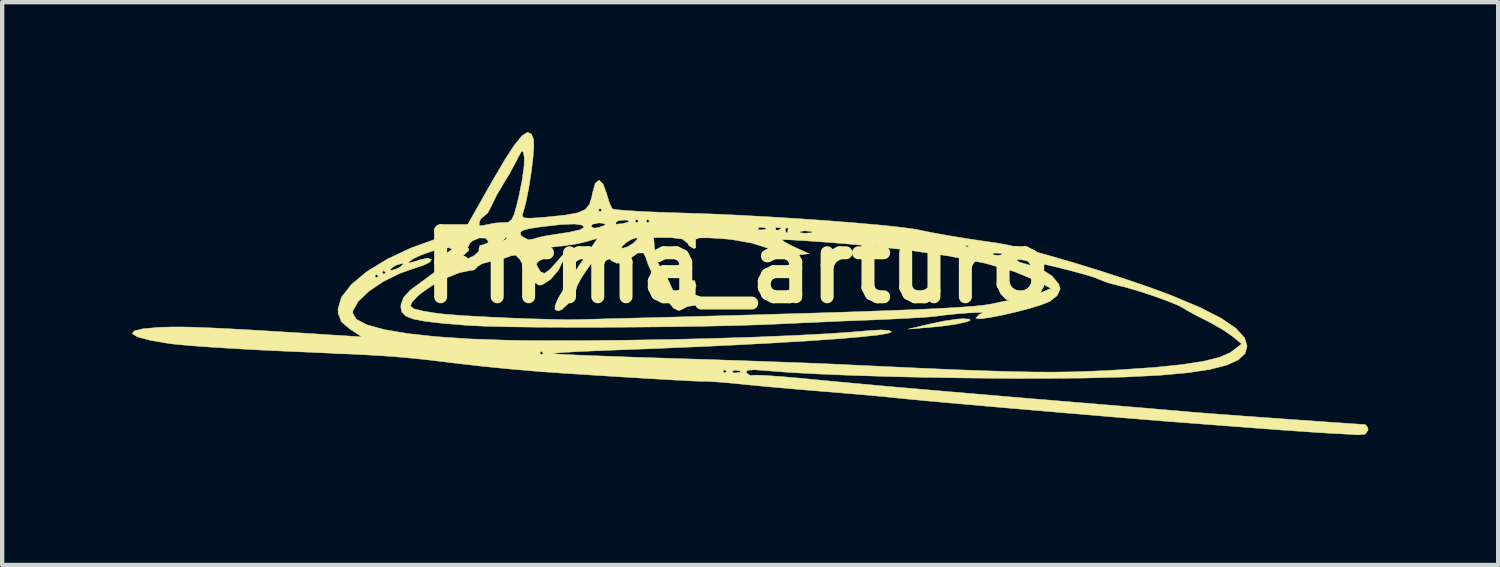
<source format=kicad_pcb>
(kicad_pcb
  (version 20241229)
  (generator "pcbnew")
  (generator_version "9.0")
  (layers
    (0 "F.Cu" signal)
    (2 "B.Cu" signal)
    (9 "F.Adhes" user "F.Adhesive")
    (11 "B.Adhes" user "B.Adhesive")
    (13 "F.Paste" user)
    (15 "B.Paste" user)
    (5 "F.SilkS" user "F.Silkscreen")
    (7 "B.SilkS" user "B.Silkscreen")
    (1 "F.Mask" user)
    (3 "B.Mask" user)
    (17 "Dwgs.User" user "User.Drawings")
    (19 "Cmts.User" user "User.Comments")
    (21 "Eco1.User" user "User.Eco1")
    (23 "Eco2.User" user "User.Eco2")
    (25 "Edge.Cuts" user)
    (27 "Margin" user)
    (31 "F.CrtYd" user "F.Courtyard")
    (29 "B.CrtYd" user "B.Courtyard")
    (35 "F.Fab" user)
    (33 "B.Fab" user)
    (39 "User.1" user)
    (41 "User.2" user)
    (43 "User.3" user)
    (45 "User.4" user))
  (footprint "Firma_arturo"
    (layer "F.Cu")
    (at 13.986 3.115)
    (property "Reference" "Firma_arturo" (at 0 0 0) (layer "F.SilkS") (effects (font (size 1.524 1.524) (thickness 0.3))))
    (attr through_hole)
    (fp_poly (pts (xy -6.858 -0.212) (xy -6.9 -0.169) (xy -6.943 -0.212) (xy -6.9 -0.254) (xy -6.858 -0.212)) (stroke (width 0.01) (type solid)) (fill yes) (layer "F.SilkS"))
    (fp_poly (pts (xy -3.725 -0.127) (xy -3.768 -0.085) (xy -3.81 -0.127) (xy -3.768 -0.169) (xy -3.725 -0.127)) (stroke (width 0.01) (type solid)) (fill yes) (layer "F.SilkS"))
    (fp_poly (pts (xy 5.362 1.207) (xy 5.373 1.236) (xy 5.265 1.275) (xy 5.06 1.319) (xy 4.783 1.361) (xy 4.524 1.388) (xy 3.937 1.437) (xy 4.445 1.317) (xy 4.764 1.251) (xy 5.056 1.207) (xy 5.207 1.196) (xy 5.362 1.207)) (stroke (width 0.01) (type solid)) (fill yes) (layer "F.SilkS"))
    (fp_poly (pts (xy -4.765 -3.072) (xy -4.713 -2.948) (xy -4.706 -2.783) (xy -4.727 -2.503) (xy -4.77 -2.16) (xy -4.827 -1.804) (xy -4.89 -1.488) (xy -4.952 -1.261) (xy -4.957 -1.247) (xy -4.973 -1.172) (xy -4.926 -1.133) (xy -4.784 -1.125) (xy -4.517 -1.143) (xy -4.391 -1.154) (xy -3.972 -1.198) (xy -3.691 -1.25) (xy -3.55 -1.312) (xy -3.217 -1.312) (xy -3.175 -1.27) (xy -3.133 -1.312) (xy -3.175 -1.355) (xy -3.217 -1.312) (xy -3.55 -1.312) (xy -3.517 -1.327) (xy -3.42 -1.445) (xy -3.367 -1.62) (xy -3.354 -1.693) (xy -3.288 -1.931) (xy -3.2 -2.004) (xy -3.105 -1.912) (xy -3.024 -1.688) (xy -2.96 -1.478) (xy -2.899 -1.349) (xy -2.893 -1.342) (xy -2.794 -1.322) (xy -2.554 -1.301) (xy -2.198 -1.28) (xy -1.755 -1.261) (xy -1.251 -1.245) (xy -1.228 -1.244) (xy -0.627 -1.224) (xy 0.033 -1.194) (xy 0.725 -1.157) (xy 1.424 -1.113) (xy 2.101 -1.066) (xy 2.731 -1.016) (xy 3.288 -0.967) (xy 3.743 -0.919) (xy 4.071 -0.876) (xy 4.191 -0.853) (xy 4.48 -0.794) (xy 4.874 -0.723) (xy 5.309 -0.652) (xy 5.723 -0.589) (xy 5.97 -0.556) (xy 6.265 -0.502) (xy 6.686 -0.401) (xy 7.201 -0.261) (xy 7.775 -0.094) (xy 8.378 0.092) (xy 8.974 0.286) (xy 9.532 0.478) (xy 9.991 0.647) (xy 10.658 0.926) (xy 11.164 1.182) (xy 11.513 1.42) (xy 11.713 1.643) (xy 11.769 1.833) (xy 11.72 2.002) (xy 11.567 2.146) (xy 11.302 2.267) (xy 10.917 2.366) (xy 10.404 2.444) (xy 9.753 2.503) (xy 8.958 2.543) (xy 8.008 2.567) (xy 7.112 2.575) (xy 6.183 2.574) (xy 5.237 2.565) (xy 4.303 2.55) (xy 3.404 2.529) (xy 2.569 2.502) (xy 1.823 2.471) (xy 1.193 2.437) (xy 0.704 2.399) (xy 0.685 2.397) (xy 0.384 2.376) (xy 0.229 2.387) (xy 0.198 2.432) (xy 0.204 2.444) (xy 0.296 2.511) (xy 0.328 2.505) (xy 0.43 2.499) (xy 0.669 2.509) (xy 1.013 2.533) (xy 1.43 2.569) (xy 1.613 2.587) (xy 2.197 2.643) (xy 2.851 2.703) (xy 3.591 2.77) (xy 4.433 2.843) (xy 5.394 2.925) (xy 6.489 3.018) (xy 7.734 3.121) (xy 7.916 3.136) (xy 8.515 3.186) (xy 9.085 3.233) (xy 9.595 3.276) (xy 10.014 3.312) (xy 10.312 3.337) (xy 10.414 3.347) (xy 10.605 3.362) (xy 10.921 3.387) (xy 11.331 3.418) (xy 11.808 3.453) (xy 12.321 3.49) (xy 12.84 3.527) (xy 13.336 3.562) (xy 13.78 3.593) (xy 14.142 3.618) (xy 14.392 3.634) (xy 14.499 3.64) (xy 14.556 3.71) (xy 14.563 3.768) (xy 14.494 3.864) (xy 14.33 3.879) (xy 14.11 3.865) (xy 13.808 3.848) (xy 13.631 3.839) (xy 13.37 3.823) (xy 12.989 3.797) (xy 12.534 3.765) (xy 12.056 3.729) (xy 11.98 3.724) (xy 11.497 3.687) (xy 11.026 3.651) (xy 10.616 3.62) (xy 10.317 3.597) (xy 10.287 3.595) (xy 9.894 3.565) (xy 9.385 3.524) (xy 8.786 3.475) (xy 8.124 3.419) (xy 7.427 3.36) (xy 6.721 3.3) (xy 6.032 3.241) (xy 5.389 3.184) (xy 4.816 3.134) (xy 4.343 3.091) (xy 3.994 3.058) (xy 3.852 3.044) (xy 3.453 3.004) (xy 2.954 2.958) (xy 2.421 2.912) (xy 1.99 2.877) (xy 1.49 2.836) (xy 0.97 2.791) (xy 0.496 2.747) (xy 0.169 2.715) (xy -0.182 2.681) (xy -0.484 2.656) (xy -0.686 2.644) (xy -0.72 2.644) (xy -0.871 2.641) (xy -1.161 2.629) (xy -1.595 2.605) (xy -2.179 2.571) (xy -2.919 2.526) (xy -3.821 2.469) (xy -4.064 2.453) (xy -4.616 2.413) (xy -0.339 2.413) (xy -0.296 2.455) (xy -0.276 2.435) (xy -0.133 2.435) (xy -0.049 2.449) (xy 0.06 2.433) (xy 0.062 2.404) (xy -0.052 2.384) (xy -0.101 2.397) (xy -0.133 2.435) (xy -0.276 2.435) (xy -0.254 2.413) (xy -0.296 2.371) (xy -0.339 2.413) (xy -4.616 2.413) (xy -4.633 2.412) (xy -5.267 2.357) (xy -5.885 2.296) (xy -6.392 2.239) (xy -6.826 2.186) (xy -7.189 2.143) (xy -7.512 2.109) (xy -7.824 2.081) (xy -8.153 2.056) (xy -8.529 2.034) (xy -8.982 2.011) (xy -9.454 1.99) (xy -4.572 1.99) (xy -4.53 2.032) (xy -4.487 1.99) (xy -4.53 1.947) (xy -4.572 1.99) (xy -9.454 1.99) (xy -9.54 1.986) (xy -10.232 1.956) (xy -10.372 1.95) (xy -10.996 1.921) (xy -11.602 1.888) (xy -12.158 1.853) (xy -12.629 1.819) (xy -12.985 1.787) (xy -13.131 1.769) (xy -13.574 1.693) (xy -13.858 1.616) (xy -13.981 1.544) (xy -13.941 1.48) (xy -13.737 1.429) (xy -13.367 1.396) (xy -13.259 1.392) (xy -13.053 1.387) (xy -12.822 1.387) (xy -12.547 1.393) (xy -12.208 1.406) (xy -11.786 1.426) (xy -11.262 1.455) (xy -10.616 1.494) (xy -9.828 1.542) (xy -9.44 1.567) (xy -8.678 1.615) (xy -8.954 1.434) (xy -9.148 1.27) (xy -9.222 1.083) (xy -9.223 1.068) (xy -8.89 1.068) (xy -8.807 1.209) (xy -8.565 1.335) (xy -8.172 1.445) (xy -7.637 1.537) (xy -6.97 1.61) (xy -6.18 1.663) (xy -5.276 1.695) (xy -4.572 1.703) (xy -3.573 1.702) (xy -2.547 1.692) (xy -1.52 1.675) (xy -0.517 1.65) (xy 0.434 1.62) (xy 1.308 1.583) (xy 2.078 1.543) (xy 2.719 1.498) (xy 2.985 1.475) (xy 3.3 1.455) (xy 3.499 1.466) (xy 3.556 1.499) (xy 3.473 1.535) (xy 3.233 1.574) (xy 2.846 1.616) (xy 2.325 1.66) (xy 1.68 1.705) (xy 0.924 1.751) (xy 0.068 1.797) (xy -0.877 1.842) (xy -1.898 1.885) (xy -2.747 1.917) (xy -3.24 1.936) (xy -3.666 1.956) (xy -4.001 1.974) (xy -4.218 1.99) (xy -4.292 2.001) (xy -4.292 2.001) (xy -4.204 2.01) (xy -3.967 2.023) (xy -3.601 2.04) (xy -3.126 2.058) (xy -2.562 2.079) (xy -1.93 2.1) (xy -1.519 2.113) (xy -0.787 2.136) (xy -0.052 2.16) (xy 0.654 2.185) (xy 1.298 2.208) (xy 1.848 2.229) (xy 2.272 2.247) (xy 2.371 2.252) (xy 3.428 2.302) (xy 4.336 2.344) (xy 5.112 2.377) (xy 5.777 2.401) (xy 6.349 2.418) (xy 6.848 2.427) (xy 7.292 2.429) (xy 7.701 2.424) (xy 8.093 2.412) (xy 8.489 2.395) (xy 8.848 2.375) (xy 9.638 2.32) (xy 10.272 2.255) (xy 10.763 2.179) (xy 11.125 2.089) (xy 11.37 1.984) (xy 11.43 1.942) (xy 11.642 1.778) (xy 11.43 1.603) (xy 11.225 1.461) (xy 10.95 1.302) (xy 10.82 1.235) (xy 10.57 1.109) (xy 10.374 1) (xy 10.312 0.959) (xy 10.164 0.882) (xy 9.903 0.777) (xy 9.578 0.66) (xy 9.238 0.549) (xy 8.933 0.462) (xy 8.799 0.43) (xy 8.568 0.371) (xy 8.404 0.309) (xy 8.392 0.303) (xy 8.258 0.248) (xy 8.016 0.174) (xy 7.704 0.089) (xy 7.361 0.003) (xy 7.024 -0.075) (xy 6.731 -0.136) (xy 6.523 -0.171) (xy 6.435 -0.17) (xy 6.435 -0.168) (xy 6.508 -0.111) (xy 6.689 -0.056) (xy 6.722 -0.05) (xy 7.014 0.049) (xy 7.262 0.21) (xy 7.419 0.396) (xy 7.451 0.512) (xy 7.379 0.665) (xy 7.205 0.8) (xy 7.017 0.875) (xy 6.744 0.959) (xy 6.425 1.042) (xy 6.102 1.116) (xy 5.814 1.171) (xy 5.602 1.198) (xy 5.505 1.188) (xy 5.503 1.182) (xy 5.573 1.103) (xy 5.652 1.069) (xy 5.652 1.054) (xy 5.525 1.054) (xy 5.314 1.064) (xy 5.058 1.084) (xy 4.801 1.11) (xy 4.584 1.139) (xy 4.572 1.141) (xy 4.416 1.156) (xy 4.125 1.175) (xy 3.736 1.196) (xy 3.284 1.217) (xy 3.048 1.227) (xy 2.526 1.247) (xy 2 1.27) (xy 1.522 1.291) (xy 1.145 1.309) (xy 1.058 1.313) (xy 0.543 1.335) (xy -0.081 1.354) (xy -0.789 1.37) (xy -1.552 1.382) (xy -2.344 1.39) (xy -3.136 1.395) (xy -3.903 1.395) (xy -4.616 1.392) (xy -5.249 1.384) (xy -5.775 1.372) (xy -6.166 1.355) (xy -6.244 1.35) (xy -6.8 1.304) (xy -7.208 1.258) (xy -7.488 1.204) (xy -7.663 1.136) (xy -7.752 1.048) (xy -7.778 0.933) (xy -7.776 0.905) (xy -7.557 0.905) (xy -7.478 0.967) (xy -7.266 1.019) (xy -6.985 1.066) (xy -6.75 1.093) (xy -6.385 1.121) (xy -5.93 1.148) (xy -5.423 1.173) (xy -4.903 1.194) (xy -4.411 1.209) (xy -3.986 1.217) (xy -3.683 1.216) (xy -3.451 1.21) (xy -3.081 1.2) (xy -2.606 1.188) (xy -2.058 1.173) (xy -1.468 1.158) (xy -1.185 1.15) (xy 0.097 1.115) (xy 1.221 1.082) (xy 2.196 1.053) (xy 3.032 1.025) (xy 3.74 0.999) (xy 4.331 0.975) (xy 4.813 0.951) (xy 5.199 0.927) (xy 5.497 0.904) (xy 5.718 0.879) (xy 5.873 0.854) (xy 5.927 0.842) (xy 6.185 0.787) (xy 6.407 0.763) (xy 6.416 0.762) (xy 6.621 0.729) (xy 6.876 0.648) (xy 6.924 0.629) (xy 7.239 0.495) (xy 6.904 0.321) (xy 6.389 0.106) (xy 5.718 -0.085) (xy 4.889 -0.251) (xy 4.694 -0.279) (xy 5.895 -0.279) (xy 6.011 -0.267) (xy 6.132 -0.281) (xy 6.117 -0.31) (xy 5.944 -0.321) (xy 5.905 -0.31) (xy 5.895 -0.279) (xy 4.694 -0.279) (xy 3.898 -0.394) (xy 3.21 -0.466) (xy 5.249 -0.466) (xy 5.292 -0.423) (xy 5.334 -0.466) (xy 5.292 -0.508) (xy 5.249 -0.466) (xy 3.21 -0.466) (xy 2.744 -0.514) (xy 2.455 -0.538) (xy 1.988 -0.575) (xy 1.584 -0.603) (xy 1.271 -0.622) (xy 1.077 -0.63) (xy 1.028 -0.627) (xy 1.078 -0.581) (xy 1.238 -0.495) (xy 1.324 -0.454) (xy 1.651 -0.305) (xy 1.392 -0.275) (xy 1.164 -0.292) (xy 0.872 -0.368) (xy 0.715 -0.428) (xy 0.334 -0.549) (xy -0.138 -0.633) (xy -0.361 -0.654) (xy -0.691 -0.672) (xy -0.882 -0.67) (xy -0.966 -0.641) (xy -0.973 -0.583) (xy -0.966 -0.561) (xy -0.965 -0.445) (xy -1.01 -0.423) (xy -1.121 -0.491) (xy -1.155 -0.55) (xy -1.275 -0.644) (xy -1.545 -0.677) (xy -1.571 -0.677) (xy -1.939 -0.677) (xy -1.912 -0.379) (xy -1.856 -0.13) (xy -1.754 0.064) (xy -1.748 0.071) (xy -1.622 0.26) (xy -1.517 0.492) (xy -1.421 0.675) (xy -1.32 0.69) (xy -1.214 0.534) (xy -1.18 0.452) (xy -1.083 0.315) (xy -0.991 0.316) (xy -0.959 0.437) (xy -0.976 0.515) (xy -0.978 0.647) (xy -0.888 0.677) (xy -0.786 0.727) (xy -0.784 0.783) (xy -0.887 0.869) (xy -0.995 0.889) (xy -1.168 0.917) (xy -1.234 0.953) (xy -1.352 1.012) (xy -1.481 0.952) (xy -1.638 0.757) (xy -1.813 0.463) (xy -1.961 0.177) (xy -2.069 -0.062) (xy -2.116 -0.206) (xy -2.117 -0.215) (xy -2.173 -0.321) (xy -2.304 -0.322) (xy -2.45 -0.218) (xy -2.455 -0.212) (xy -2.615 -0.103) (xy -2.793 -0.086) (xy -2.928 -0.154) (xy -2.963 -0.254) (xy -2.998 -0.392) (xy -3.047 -0.423) (xy -3.144 -0.358) (xy -3.292 -0.193) (xy -3.457 0.025) (xy -3.606 0.25) (xy -3.705 0.434) (xy -3.726 0.508) (xy -3.784 0.668) (xy -3.912 0.848) (xy -4.057 0.983) (xy -4.141 1.016) (xy -4.216 0.987) (xy -4.215 0.889) (xy -4.132 0.705) (xy -3.959 0.418) (xy -3.735 0.078) (xy -3.371 -0.46) (xy -2.679 -0.46) (xy -2.662 -0.426) (xy -2.53 -0.471) (xy -2.408 -0.548) (xy -2.316 -0.64) (xy -2.333 -0.675) (xy -2.465 -0.63) (xy -2.587 -0.553) (xy -2.679 -0.46) (xy -3.371 -0.46) (xy -3.236 -0.66) (xy -3.502 -0.581) (xy -3.754 -0.525) (xy -4.068 -0.481) (xy -4.179 -0.471) (xy -4.495 -0.429) (xy -4.662 -0.352) (xy -4.701 -0.221) (xy -4.647 -0.055) (xy -4.554 0.111) (xy -4.461 0.15) (xy -4.332 0.058) (xy -4.186 -0.106) (xy -4.046 -0.267) (xy -3.991 -0.304) (xy -4.003 -0.224) (xy -4.019 -0.169) (xy -4.14 0.078) (xy -4.319 0.288) (xy -4.509 0.41) (xy -4.579 0.423) (xy -4.713 0.346) (xy -4.863 0.134) (xy -4.909 0.045) (xy -5.032 -0.18) (xy -5.128 -0.272) (xy -5.227 -0.259) (xy -5.234 -0.256) (xy -5.411 -0.191) (xy -5.659 -0.134) (xy -5.694 -0.128) (xy -5.898 -0.076) (xy -6.006 -0.012) (xy -6.011 0.004) (xy -6.082 0.069) (xy -6.185 0.085) (xy -6.424 0.133) (xy -6.735 0.258) (xy -7.056 0.43) (xy -7.327 0.62) (xy -7.395 0.681) (xy -7.523 0.816) (xy -7.557 0.905) (xy -7.776 0.905) (xy -7.774 0.87) (xy -7.715 0.706) (xy -7.56 0.536) (xy -7.279 0.33) (xy -7.26 0.317) (xy -6.951 0.086) (xy -6.794 -0.098) (xy -6.773 -0.172) (xy -6.765 -0.202) (xy -6.386 -0.202) (xy -6.341 -0.171) (xy -6.202 -0.205) (xy -6.088 -0.258) (xy -5.977 -0.358) (xy -5.972 -0.428) (xy -5.95 -0.497) (xy -5.889 -0.508) (xy -5.773 -0.552) (xy -5.757 -0.593) (xy -5.786 -0.626) (xy -5.588 -0.626) (xy -5.519 -0.596) (xy -5.461 -0.593) (xy -5.348 -0.637) (xy -5.334 -0.675) (xy -5.396 -0.721) (xy -5.461 -0.708) (xy -5.572 -0.648) (xy -5.588 -0.626) (xy -5.786 -0.626) (xy -5.821 -0.666) (xy -5.965 -0.668) (xy -6.12 -0.604) (xy -6.181 -0.55) (xy -6.235 -0.447) (xy -6.212 -0.421) (xy -6.212 -0.377) (xy -6.303 -0.294) (xy -6.386 -0.202) (xy -6.765 -0.202) (xy -6.737 -0.308) (xy -6.689 -0.339) (xy -6.606 -0.4) (xy -6.604 -0.419) (xy -6.674 -0.444) (xy -6.851 -0.418) (xy -7.085 -0.355) (xy -7.324 -0.269) (xy -7.498 -0.185) (xy -7.606 -0.108) (xy -7.57 -0.092) (xy -7.404 -0.14) (xy -7.332 -0.166) (xy -7.148 -0.204) (xy -7.07 -0.17) (xy -7.114 -0.105) (xy -7.279 -0.029) (xy -7.385 0.004) (xy -7.801 0.148) (xy -8.191 0.343) (xy -8.522 0.567) (xy -8.763 0.796) (xy -8.883 1.01) (xy -8.89 1.068) (xy -9.223 1.068) (xy -9.229 0.974) (xy -9.149 0.699) (xy -8.921 0.407) (xy -8.687 0.212) (xy -8.382 0.212) (xy -8.34 0.254) (xy -8.297 0.212) (xy -8.34 0.169) (xy -8.382 0.212) (xy -8.687 0.212) (xy -8.585 0.127) (xy -8.213 0.127) (xy -8.17 0.169) (xy -8.128 0.127) (xy -8.17 0.085) (xy -8.213 0.127) (xy -8.585 0.127) (xy -8.566 0.111) (xy -8.495 0.067) (xy -8.026 0.067) (xy -8.001 0.082) (xy -7.862 0.04) (xy -7.789 0) (xy -7.722 -0.067) (xy -7.747 -0.082) (xy -7.886 -0.04) (xy -7.959 0) (xy -8.026 0.067) (xy -8.495 0.067) (xy -8.101 -0.175) (xy -7.547 -0.437) (xy -6.923 -0.661) (xy -6.893 -0.67) (xy -6.485 -0.795) (xy -5.022 -0.795) (xy -5.003 -0.73) (xy -4.986 -0.708) (xy -4.838 -0.629) (xy -4.749 -0.637) (xy -4.559 -0.691) (xy -4.403 -0.722) (xy -4.172 -0.758) (xy -3.896 -0.801) (xy -3.873 -0.805) (xy -3.631 -0.86) (xy -3.621 -0.867) (xy 0.46 -0.867) (xy 0.543 -0.853) (xy 0.653 -0.869) (xy 0.654 -0.898) (xy 0.625 -0.903) (xy 0.875 -0.903) (xy 0.887 -0.853) (xy 0.931 -0.847) (xy 1.101 -0.847) (xy 1.132 -0.777) (xy 1.157 -0.79) (xy 1.157 -0.794) (xy 1.428 -0.794) (xy 1.54 -0.779) (xy 1.566 -0.779) (xy 1.711 -0.788) (xy 1.724 -0.814) (xy 1.716 -0.818) (xy 1.548 -0.834) (xy 1.462 -0.821) (xy 1.428 -0.794) (xy 1.157 -0.794) (xy 1.167 -0.891) (xy 1.157 -0.903) (xy 1.107 -0.891) (xy 1.101 -0.847) (xy 0.931 -0.847) (xy 1.001 -0.878) (xy 0.988 -0.903) (xy 0.887 -0.913) (xy 0.875 -0.903) (xy 0.625 -0.903) (xy 0.541 -0.918) (xy 0.492 -0.905) (xy 0.46 -0.867) (xy -3.621 -0.867) (xy -3.542 -0.918) (xy -3.564 -0.939) (xy -3.387 -0.939) (xy -3.319 -0.896) (xy -3.217 -0.907) (xy -3.081 -0.956) (xy -3.048 -0.984) (xy -3.056 -0.986) (xy -2.81 -0.986) (xy -2.659 -1) (xy -2.652 -1.001) (xy -2.509 -1.041) (xy -2.519 -1.058) (xy -2.371 -1.058) (xy -2.328 -1.016) (xy -2.286 -1.058) (xy -2.117 -1.058) (xy -2.074 -1.016) (xy -2.032 -1.058) (xy -2.074 -1.101) (xy -2.117 -1.058) (xy -2.286 -1.058) (xy -2.328 -1.101) (xy -2.371 -1.058) (xy -2.519 -1.058) (xy -2.527 -1.072) (xy -2.57 -1.083) (xy -2.743 -1.073) (xy -2.809 -1.034) (xy -2.81 -0.986) (xy -3.056 -0.986) (xy -3.119 -1.01) (xy -3.217 -1.016) (xy -3.355 -0.984) (xy -3.387 -0.939) (xy -3.564 -0.939) (xy -3.592 -0.966) (xy -3.766 -0.991) (xy -4.05 -0.981) (xy -4.085 -0.978) (xy -4.516 -0.929) (xy -4.801 -0.887) (xy -4.962 -0.845) (xy -5.022 -0.795) (xy -6.485 -0.795) (xy -6.308 -0.848) (xy -6.248 -0.954) (xy -5.971 -0.954) (xy -5.868 -0.957) (xy -5.822 -0.971) (xy -5.58 -1.016) (xy -5.411 -1.023) (xy -5.299 -1.031) (xy -5.221 -1.086) (xy -5.157 -1.222) (xy -5.089 -1.471) (xy -5.043 -1.672) (xy -4.975 -2.013) (xy -4.933 -2.315) (xy -4.925 -2.519) (xy -4.927 -2.54) (xy -4.954 -2.666) (xy -4.992 -2.668) (xy -5.067 -2.533) (xy -5.105 -2.455) (xy -5.253 -2.178) (xy -5.412 -1.914) (xy -5.418 -1.905) (xy -5.565 -1.657) (xy -5.681 -1.418) (xy -5.681 -1.418) (xy -5.767 -1.252) (xy -5.841 -1.185) (xy -5.925 -1.118) (xy -5.961 -1.048) (xy -5.971 -0.954) (xy -6.248 -0.954) (xy -5.673 -1.969) (xy -5.383 -2.464) (xy -5.155 -2.814) (xy -4.982 -3.027) (xy -4.854 -3.11) (xy -4.765 -3.072)) (stroke (width 0.01) (type solid)) (fill yes) (layer "F.SilkS")))
  (gr_rect
    (start -3 -3)
    (end 31.553 9.999)
    (stroke (width 0.1) (type default))
    (fill no)
    (layer "Edge.Cuts")))
</source>
